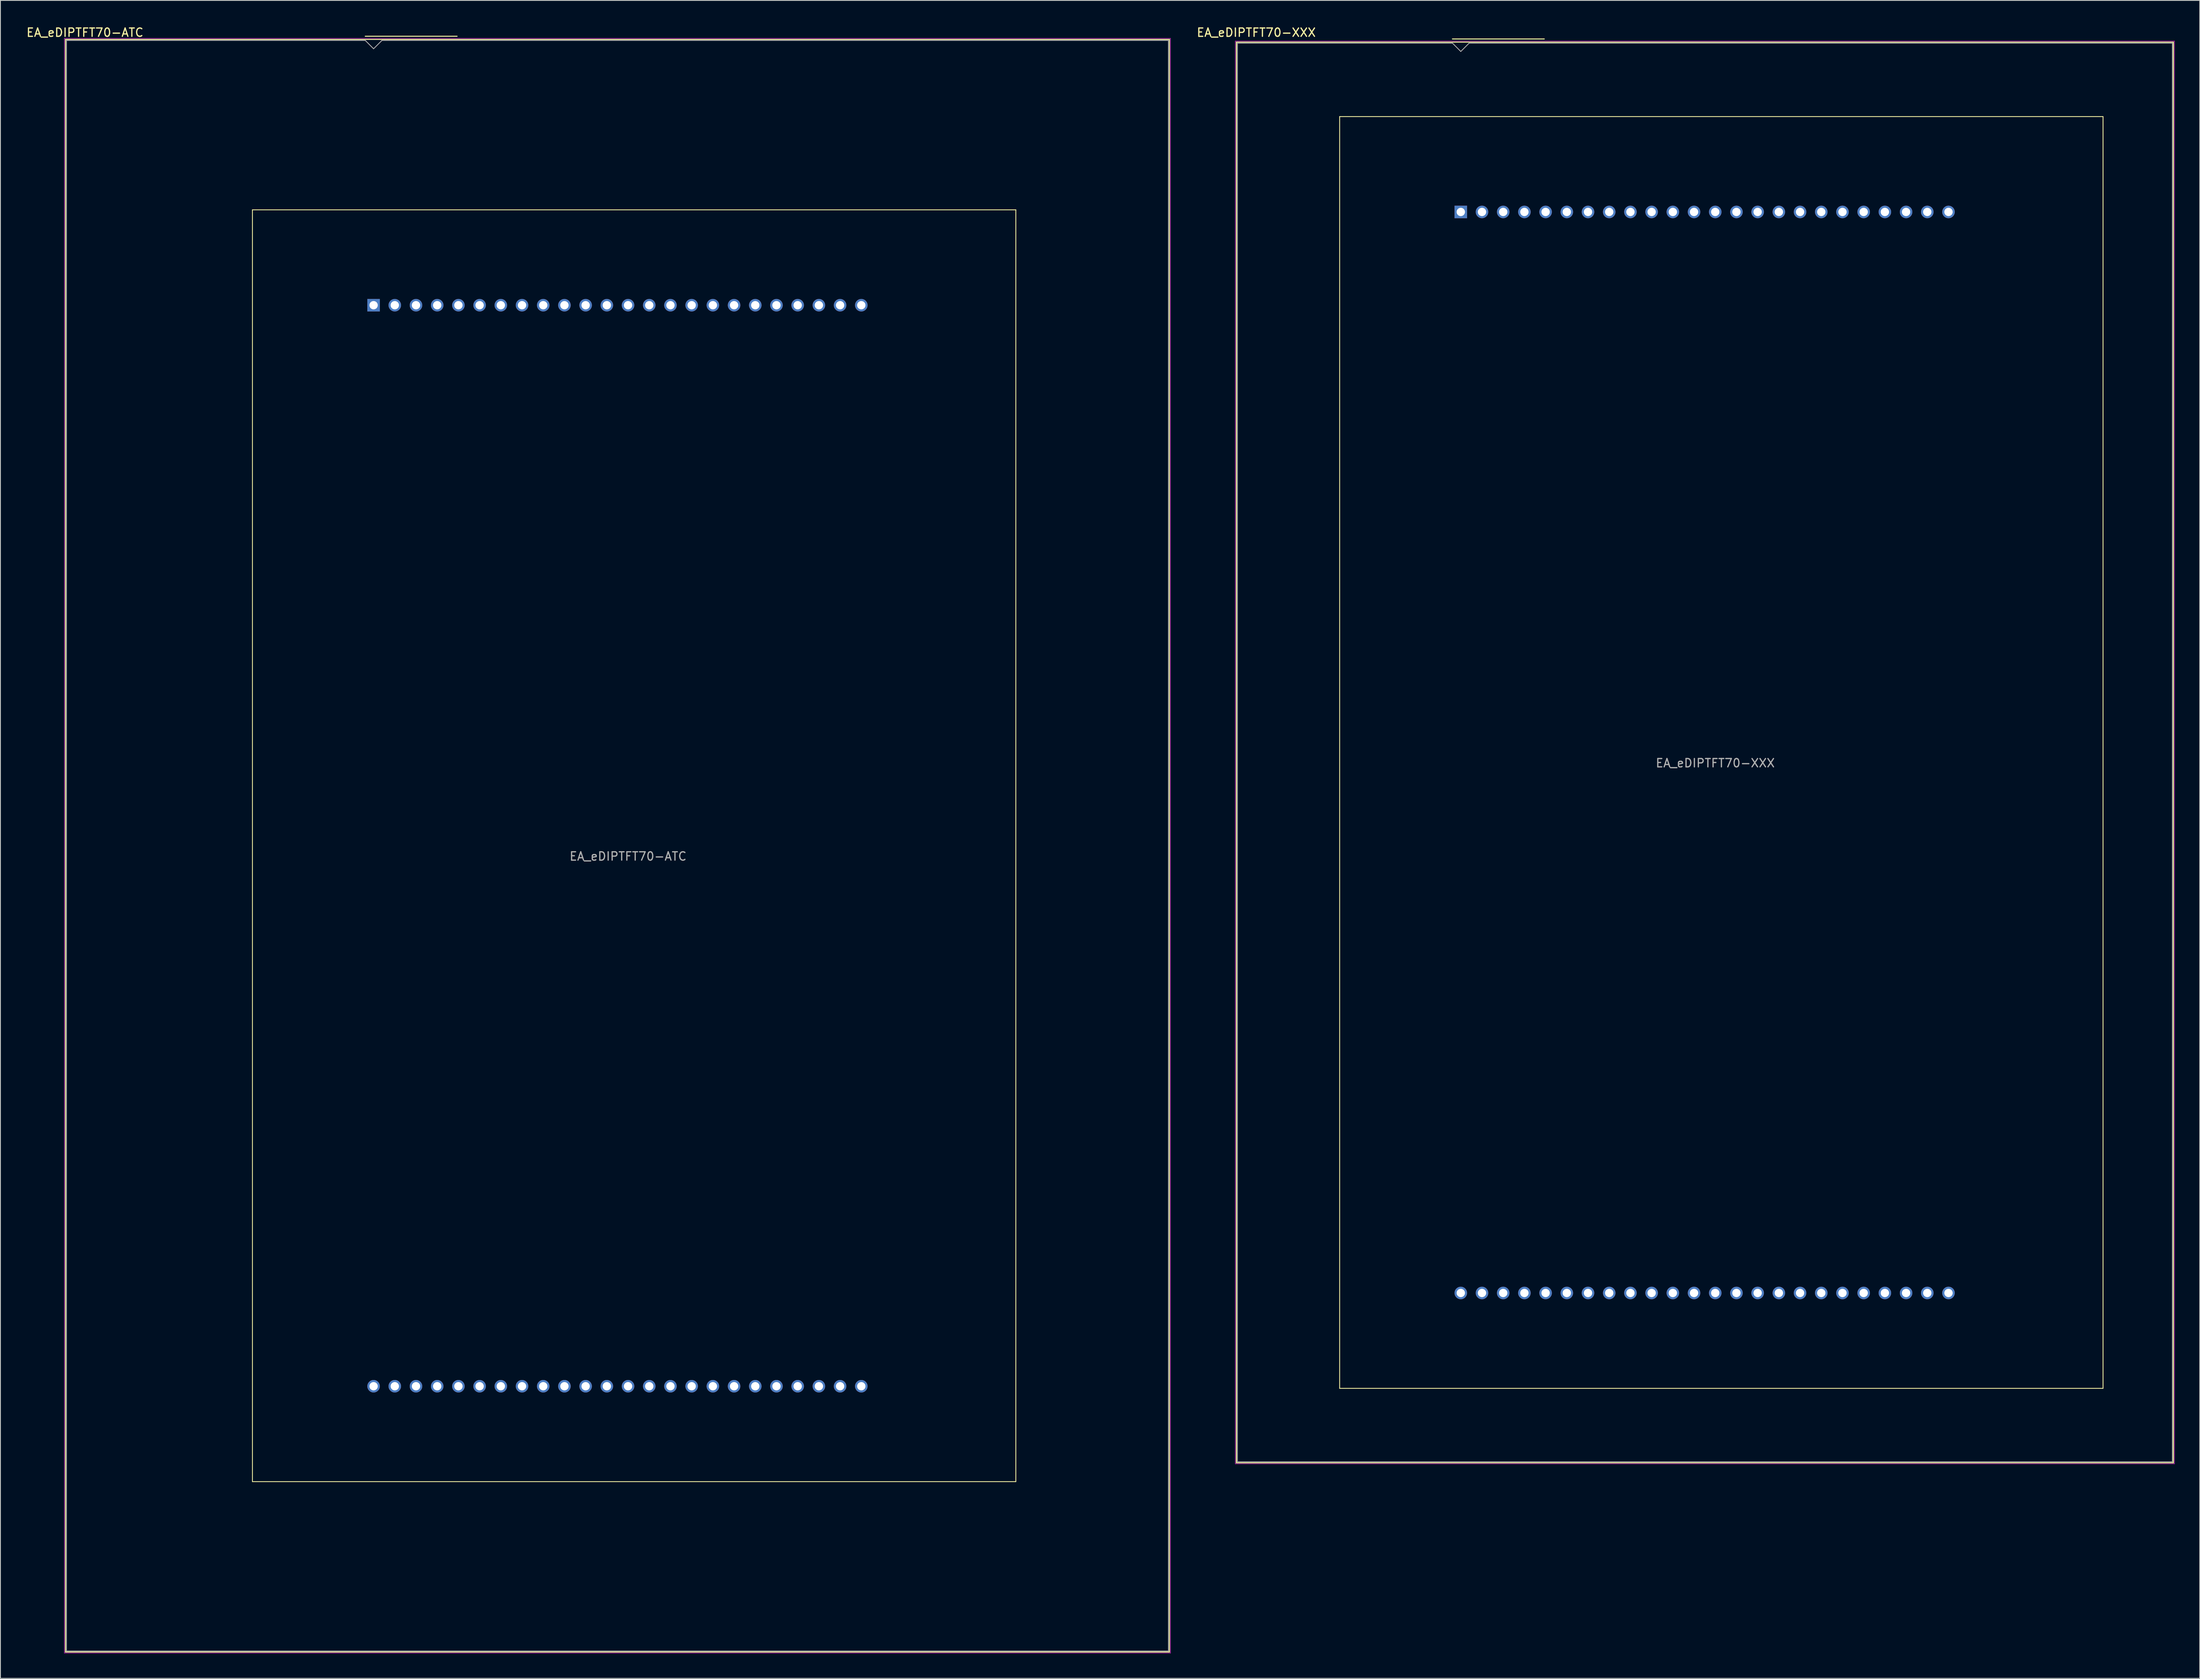
<source format=kicad_pcb>
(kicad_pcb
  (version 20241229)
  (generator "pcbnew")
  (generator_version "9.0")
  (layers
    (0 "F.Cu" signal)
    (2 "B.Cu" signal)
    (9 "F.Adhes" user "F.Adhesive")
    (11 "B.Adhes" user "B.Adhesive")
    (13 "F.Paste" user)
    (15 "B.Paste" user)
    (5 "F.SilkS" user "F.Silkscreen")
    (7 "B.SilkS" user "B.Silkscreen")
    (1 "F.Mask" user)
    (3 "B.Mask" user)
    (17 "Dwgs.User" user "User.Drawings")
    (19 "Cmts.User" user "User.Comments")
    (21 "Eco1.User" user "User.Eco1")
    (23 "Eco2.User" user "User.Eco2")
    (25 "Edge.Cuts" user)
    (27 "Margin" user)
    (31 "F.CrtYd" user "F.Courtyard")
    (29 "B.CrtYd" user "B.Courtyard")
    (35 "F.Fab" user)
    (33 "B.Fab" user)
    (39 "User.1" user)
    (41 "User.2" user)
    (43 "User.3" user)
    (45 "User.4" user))
  (footprint "EA_eDIPTFT70-XXX"
    (layer "F.Cu")
    (at 171.929 22.348)
    (property "Reference" "EA_eDIPTFT70-XXX" (at -24.5 -21.5 0) (layer "F.SilkS") (effects (font (size 1 1) (thickness 0.15))))
    (attr through_hole)
    (fp_line (start -26.88 -20.35) (end 85.36 -20.35) (stroke (width 0.12) (type solid)) (layer "F.SilkS"))
    (fp_line (start -26.88 149.89) (end -26.88 -20.35) (stroke (width 0.12) (type solid)) (layer "F.SilkS"))
    (fp_line (start -14.51 -11.43) (end -14.51 140.97) (stroke (width 0.1) (type solid)) (layer "F.SilkS"))
    (fp_line (start -14.51 140.97) (end 76.93 140.97) (stroke (width 0.1) (type solid)) (layer "F.SilkS"))
    (fp_line (start -1 -20.73) (end 10 -20.73) (stroke (width 0.12) (type solid)) (layer "F.SilkS"))
    (fp_line (start 76.93 -11.43) (end -14.51 -11.43) (stroke (width 0.1) (type solid)) (layer "F.SilkS"))
    (fp_line (start 76.93 140.97) (end 76.93 -11.43) (stroke (width 0.1) (type solid)) (layer "F.SilkS"))
    (fp_line (start 85.36 -20.35) (end 85.36 149.89) (stroke (width 0.12) (type solid)) (layer "F.SilkS"))
    (fp_line (start 85.36 149.89) (end -26.88 149.89) (stroke (width 0.12) (type solid)) (layer "F.SilkS"))
    (fp_line (start -27.01 -20.48) (end 85.49 -20.48) (stroke (width 0.05) (type solid)) (layer "F.CrtYd"))
    (fp_line (start -27.01 150.02) (end -27.01 -20.48) (stroke (width 0.05) (type solid)) (layer "F.CrtYd"))
    (fp_line (start 85.49 -20.48) (end 85.49 150.02) (stroke (width 0.05) (type solid)) (layer "F.CrtYd"))
    (fp_line (start 85.49 150.02) (end -27.01 150.02) (stroke (width 0.05) (type solid)) (layer "F.CrtYd"))
    (fp_line (start -26.76 -20.23) (end -1 -20.23) (stroke (width 0.1) (type solid)) (layer "F.Fab"))
    (fp_line (start -26.76 149.77) (end -26.76 -20.23) (stroke (width 0.1) (type solid)) (layer "F.Fab"))
    (fp_line (start -1 -20.23) (end 0 -19.23) (stroke (width 0.1) (type solid)) (layer "F.Fab"))
    (fp_line (start 0 -19.23) (end 1 -20.23) (stroke (width 0.1) (type solid)) (layer "F.Fab"))
    (fp_line (start 1 -20.23) (end 85.24 -20.23) (stroke (width 0.1) (type solid)) (layer "F.Fab"))
    (fp_line (start 85.24 -20.23) (end 85.24 149.77) (stroke (width 0.1) (type solid)) (layer "F.Fab"))
    (fp_line (start 85.24 149.77) (end -26.76 149.77) (stroke (width 0.1) (type solid)) (layer "F.Fab"))
    (fp_text user "${REFERENCE}" (at 30.48 66.04 0) (layer "F.Fab") (effects (font (size 1 1) (thickness 0.15))))
    (pad "1" thru_hole rect (at 0 0) (size 1.5 1.5) (drill 1) (layers "*.Cu" "*.Mask"))
    (pad "2" thru_hole circle (at 2.54 0) (size 1.5 1.5) (drill 1) (layers "*.Cu" "*.Mask"))
    (pad "3" thru_hole circle (at 5.08 0) (size 1.5 1.5) (drill 1) (layers "*.Cu" "*.Mask"))
    (pad "4" thru_hole circle (at 7.62 0) (size 1.5 1.5) (drill 1) (layers "*.Cu" "*.Mask"))
    (pad "5" thru_hole circle (at 10.16 0) (size 1.5 1.5) (drill 1) (layers "*.Cu" "*.Mask"))
    (pad "6" thru_hole circle (at 12.7 0) (size 1.5 1.5) (drill 1) (layers "*.Cu" "*.Mask"))
    (pad "7" thru_hole circle (at 15.24 0) (size 1.5 1.5) (drill 1) (layers "*.Cu" "*.Mask"))
    (pad "8" thru_hole circle (at 17.78 0) (size 1.5 1.5) (drill 1) (layers "*.Cu" "*.Mask"))
    (pad "9" thru_hole circle (at 20.32 0) (size 1.5 1.5) (drill 1) (layers "*.Cu" "*.Mask"))
    (pad "10" thru_hole circle (at 22.86 0) (size 1.5 1.5) (drill 1) (layers "*.Cu" "*.Mask"))
    (pad "11" thru_hole circle (at 25.4 0) (size 1.5 1.5) (drill 1) (layers "*.Cu" "*.Mask"))
    (pad "12" thru_hole circle (at 27.94 0) (size 1.5 1.5) (drill 1) (layers "*.Cu" "*.Mask"))
    (pad "13" thru_hole circle (at 30.48 0) (size 1.5 1.5) (drill 1) (layers "*.Cu" "*.Mask"))
    (pad "14" thru_hole circle (at 33.02 0) (size 1.5 1.5) (drill 1) (layers "*.Cu" "*.Mask"))
    (pad "15" thru_hole circle (at 35.56 0) (size 1.5 1.5) (drill 1) (layers "*.Cu" "*.Mask"))
    (pad "16" thru_hole circle (at 38.1 0) (size 1.5 1.5) (drill 1) (layers "*.Cu" "*.Mask"))
    (pad "17" thru_hole circle (at 40.64 0) (size 1.5 1.5) (drill 1) (layers "*.Cu" "*.Mask"))
    (pad "18" thru_hole circle (at 43.18 0) (size 1.5 1.5) (drill 1) (layers "*.Cu" "*.Mask"))
    (pad "19" thru_hole circle (at 45.72 0) (size 1.5 1.5) (drill 1) (layers "*.Cu" "*.Mask"))
    (pad "20" thru_hole circle (at 48.26 0) (size 1.5 1.5) (drill 1) (layers "*.Cu" "*.Mask"))
    (pad "21" thru_hole circle (at 50.8 0) (size 1.5 1.5) (drill 1) (layers "*.Cu" "*.Mask"))
    (pad "22" thru_hole circle (at 53.34 0) (size 1.5 1.5) (drill 1) (layers "*.Cu" "*.Mask"))
    (pad "23" thru_hole circle (at 55.88 0) (size 1.5 1.5) (drill 1) (layers "*.Cu" "*.Mask"))
    (pad "24" thru_hole circle (at 58.42 0) (size 1.5 1.5) (drill 1) (layers "*.Cu" "*.Mask"))
    (pad "25" thru_hole circle (at 58.42 129.54) (size 1.5 1.5) (drill 1) (layers "*.Cu" "*.Mask"))
    (pad "26" thru_hole circle (at 55.88 129.54) (size 1.5 1.5) (drill 1) (layers "*.Cu" "*.Mask"))
    (pad "27" thru_hole circle (at 53.34 129.54) (size 1.5 1.5) (drill 1) (layers "*.Cu" "*.Mask"))
    (pad "28" thru_hole circle (at 50.8 129.54) (size 1.5 1.5) (drill 1) (layers "*.Cu" "*.Mask"))
    (pad "29" thru_hole circle (at 48.26 129.54) (size 1.5 1.5) (drill 1) (layers "*.Cu" "*.Mask"))
    (pad "30" thru_hole circle (at 45.72 129.54) (size 1.5 1.5) (drill 1) (layers "*.Cu" "*.Mask"))
    (pad "31" thru_hole circle (at 43.18 129.54) (size 1.5 1.5) (drill 1) (layers "*.Cu" "*.Mask"))
    (pad "32" thru_hole circle (at 40.64 129.54) (size 1.5 1.5) (drill 1) (layers "*.Cu" "*.Mask"))
    (pad "33" thru_hole circle (at 38.1 129.54) (size 1.5 1.5) (drill 1) (layers "*.Cu" "*.Mask"))
    (pad "34" thru_hole circle (at 35.56 129.54) (size 1.5 1.5) (drill 1) (layers "*.Cu" "*.Mask"))
    (pad "35" thru_hole circle (at 33.02 129.54) (size 1.5 1.5) (drill 1) (layers "*.Cu" "*.Mask"))
    (pad "36" thru_hole circle (at 30.48 129.54) (size 1.5 1.5) (drill 1) (layers "*.Cu" "*.Mask"))
    (pad "37" thru_hole circle (at 27.94 129.54) (size 1.5 1.5) (drill 1) (layers "*.Cu" "*.Mask"))
    (pad "38" thru_hole circle (at 25.4 129.54) (size 1.5 1.5) (drill 1) (layers "*.Cu" "*.Mask"))
    (pad "39" thru_hole circle (at 22.86 129.54) (size 1.5 1.5) (drill 1) (layers "*.Cu" "*.Mask"))
    (pad "40" thru_hole circle (at 20.32 129.54) (size 1.5 1.5) (drill 1) (layers "*.Cu" "*.Mask"))
    (pad "41" thru_hole circle (at 17.78 129.54) (size 1.5 1.5) (drill 1) (layers "*.Cu" "*.Mask"))
    (pad "42" thru_hole circle (at 15.24 129.54) (size 1.5 1.5) (drill 1) (layers "*.Cu" "*.Mask"))
    (pad "43" thru_hole circle (at 12.7 129.54) (size 1.5 1.5) (drill 1) (layers "*.Cu" "*.Mask"))
    (pad "44" thru_hole circle (at 10.16 129.54) (size 1.5 1.5) (drill 1) (layers "*.Cu" "*.Mask"))
    (pad "45" thru_hole circle (at 7.62 129.54) (size 1.5 1.5) (drill 1) (layers "*.Cu" "*.Mask"))
    (pad "46" thru_hole circle (at 5.08 129.54) (size 1.5 1.5) (drill 1) (layers "*.Cu" "*.Mask"))
    (pad "47" thru_hole circle (at 2.54 129.54) (size 1.5 1.5) (drill 1) (layers "*.Cu" "*.Mask"))
    (pad "48" thru_hole circle (at 0 129.54) (size 1.5 1.5) (drill 1) (layers "*.Cu" "*.Mask")))
  (footprint "EA_eDIPTFT70-ATC"
    (layer "F.Cu")
    (at 41.7 33.523)
    (property "Reference" "EA_eDIPTFT70-ATC" (at -34.575 -32.675 0) (layer "F.SilkS") (effects (font (size 1 1) (thickness 0.15))))
    (attr through_hole)
    (fp_line (start -36.91 -31.85) (end 95.33 -31.85) (stroke (width 0.12) (type solid)) (layer "F.SilkS"))
    (fp_line (start -36.91 161.39) (end -36.91 -31.85) (stroke (width 0.12) (type solid)) (layer "F.SilkS"))
    (fp_line (start -14.51 -11.43) (end -14.51 140.97) (stroke (width 0.1) (type solid)) (layer "F.SilkS"))
    (fp_line (start -14.51 140.97) (end 76.93 140.97) (stroke (width 0.1) (type solid)) (layer "F.SilkS"))
    (fp_line (start -1 -32.23) (end 10 -32.23) (stroke (width 0.12) (type solid)) (layer "F.SilkS"))
    (fp_line (start 76.93 -11.43) (end -14.51 -11.43) (stroke (width 0.1) (type solid)) (layer "F.SilkS"))
    (fp_line (start 76.93 140.97) (end 76.93 -11.43) (stroke (width 0.1) (type solid)) (layer "F.SilkS"))
    (fp_line (start 95.33 -31.85) (end 95.33 161.39) (stroke (width 0.12) (type solid)) (layer "F.SilkS"))
    (fp_line (start 95.33 161.39) (end -36.91 161.39) (stroke (width 0.12) (type solid)) (layer "F.SilkS"))
    (fp_line (start -37.04 -31.98) (end 95.46 -31.98) (stroke (width 0.05) (type solid)) (layer "F.CrtYd"))
    (fp_line (start -37.04 161.52) (end -37.04 -31.98) (stroke (width 0.05) (type solid)) (layer "F.CrtYd"))
    (fp_line (start 95.46 -31.98) (end 95.46 161.52) (stroke (width 0.05) (type solid)) (layer "F.CrtYd"))
    (fp_line (start 95.46 161.52) (end -37.04 161.52) (stroke (width 0.05) (type solid)) (layer "F.CrtYd"))
    (fp_line (start -36.79 -31.73) (end -1 -31.73) (stroke (width 0.1) (type solid)) (layer "F.Fab"))
    (fp_line (start -36.79 161.27) (end -36.79 -31.73) (stroke (width 0.1) (type solid)) (layer "F.Fab"))
    (fp_line (start -1 -31.73) (end 0 -30.73) (stroke (width 0.1) (type solid)) (layer "F.Fab"))
    (fp_line (start 0 -30.73) (end 1 -31.73) (stroke (width 0.1) (type solid)) (layer "F.Fab"))
    (fp_line (start 1 -31.73) (end 95.21 -31.73) (stroke (width 0.1) (type solid)) (layer "F.Fab"))
    (fp_line (start 95.21 -31.73) (end 95.21 161.27) (stroke (width 0.1) (type solid)) (layer "F.Fab"))
    (fp_line (start 95.21 161.27) (end -36.79 161.27) (stroke (width 0.1) (type solid)) (layer "F.Fab"))
    (fp_text user "${REFERENCE}" (at 30.48 66.04 0) (layer "F.Fab") (effects (font (size 1 1) (thickness 0.15))))
    (pad "1" thru_hole rect (at 0 0) (size 1.5 1.5) (drill 1) (layers "*.Cu" "*.Mask"))
    (pad "2" thru_hole circle (at 2.54 0) (size 1.5 1.5) (drill 1) (layers "*.Cu" "*.Mask"))
    (pad "3" thru_hole circle (at 5.08 0) (size 1.5 1.5) (drill 1) (layers "*.Cu" "*.Mask"))
    (pad "4" thru_hole circle (at 7.62 0) (size 1.5 1.5) (drill 1) (layers "*.Cu" "*.Mask"))
    (pad "5" thru_hole circle (at 10.16 0) (size 1.5 1.5) (drill 1) (layers "*.Cu" "*.Mask"))
    (pad "6" thru_hole circle (at 12.7 0) (size 1.5 1.5) (drill 1) (layers "*.Cu" "*.Mask"))
    (pad "7" thru_hole circle (at 15.24 0) (size 1.5 1.5) (drill 1) (layers "*.Cu" "*.Mask"))
    (pad "8" thru_hole circle (at 17.78 0) (size 1.5 1.5) (drill 1) (layers "*.Cu" "*.Mask"))
    (pad "9" thru_hole circle (at 20.32 0) (size 1.5 1.5) (drill 1) (layers "*.Cu" "*.Mask"))
    (pad "10" thru_hole circle (at 22.86 0) (size 1.5 1.5) (drill 1) (layers "*.Cu" "*.Mask"))
    (pad "11" thru_hole circle (at 25.4 0) (size 1.5 1.5) (drill 1) (layers "*.Cu" "*.Mask"))
    (pad "12" thru_hole circle (at 27.94 0) (size 1.5 1.5) (drill 1) (layers "*.Cu" "*.Mask"))
    (pad "13" thru_hole circle (at 30.48 0) (size 1.5 1.5) (drill 1) (layers "*.Cu" "*.Mask"))
    (pad "14" thru_hole circle (at 33.02 0) (size 1.5 1.5) (drill 1) (layers "*.Cu" "*.Mask"))
    (pad "15" thru_hole circle (at 35.56 0) (size 1.5 1.5) (drill 1) (layers "*.Cu" "*.Mask"))
    (pad "16" thru_hole circle (at 38.1 0) (size 1.5 1.5) (drill 1) (layers "*.Cu" "*.Mask"))
    (pad "17" thru_hole circle (at 40.64 0) (size 1.5 1.5) (drill 1) (layers "*.Cu" "*.Mask"))
    (pad "18" thru_hole circle (at 43.18 0) (size 1.5 1.5) (drill 1) (layers "*.Cu" "*.Mask"))
    (pad "19" thru_hole circle (at 45.72 0) (size 1.5 1.5) (drill 1) (layers "*.Cu" "*.Mask"))
    (pad "20" thru_hole circle (at 48.26 0) (size 1.5 1.5) (drill 1) (layers "*.Cu" "*.Mask"))
    (pad "21" thru_hole circle (at 50.8 0) (size 1.5 1.5) (drill 1) (layers "*.Cu" "*.Mask"))
    (pad "22" thru_hole circle (at 53.34 0) (size 1.5 1.5) (drill 1) (layers "*.Cu" "*.Mask"))
    (pad "23" thru_hole circle (at 55.88 0) (size 1.5 1.5) (drill 1) (layers "*.Cu" "*.Mask"))
    (pad "24" thru_hole circle (at 58.42 0) (size 1.5 1.5) (drill 1) (layers "*.Cu" "*.Mask"))
    (pad "25" thru_hole circle (at 58.42 129.54) (size 1.5 1.5) (drill 1) (layers "*.Cu" "*.Mask"))
    (pad "26" thru_hole circle (at 55.88 129.54) (size 1.5 1.5) (drill 1) (layers "*.Cu" "*.Mask"))
    (pad "27" thru_hole circle (at 53.34 129.54) (size 1.5 1.5) (drill 1) (layers "*.Cu" "*.Mask"))
    (pad "28" thru_hole circle (at 50.8 129.54) (size 1.5 1.5) (drill 1) (layers "*.Cu" "*.Mask"))
    (pad "29" thru_hole circle (at 48.26 129.54) (size 1.5 1.5) (drill 1) (layers "*.Cu" "*.Mask"))
    (pad "30" thru_hole circle (at 45.72 129.54) (size 1.5 1.5) (drill 1) (layers "*.Cu" "*.Mask"))
    (pad "31" thru_hole circle (at 43.18 129.54) (size 1.5 1.5) (drill 1) (layers "*.Cu" "*.Mask"))
    (pad "32" thru_hole circle (at 40.64 129.54) (size 1.5 1.5) (drill 1) (layers "*.Cu" "*.Mask"))
    (pad "33" thru_hole circle (at 38.1 129.54) (size 1.5 1.5) (drill 1) (layers "*.Cu" "*.Mask"))
    (pad "34" thru_hole circle (at 35.56 129.54) (size 1.5 1.5) (drill 1) (layers "*.Cu" "*.Mask"))
    (pad "35" thru_hole circle (at 33.02 129.54) (size 1.5 1.5) (drill 1) (layers "*.Cu" "*.Mask"))
    (pad "36" thru_hole circle (at 30.48 129.54) (size 1.5 1.5) (drill 1) (layers "*.Cu" "*.Mask"))
    (pad "37" thru_hole circle (at 27.94 129.54) (size 1.5 1.5) (drill 1) (layers "*.Cu" "*.Mask"))
    (pad "38" thru_hole circle (at 25.4 129.54) (size 1.5 1.5) (drill 1) (layers "*.Cu" "*.Mask"))
    (pad "39" thru_hole circle (at 22.86 129.54) (size 1.5 1.5) (drill 1) (layers "*.Cu" "*.Mask"))
    (pad "40" thru_hole circle (at 20.32 129.54) (size 1.5 1.5) (drill 1) (layers "*.Cu" "*.Mask"))
    (pad "41" thru_hole circle (at 17.78 129.54) (size 1.5 1.5) (drill 1) (layers "*.Cu" "*.Mask"))
    (pad "42" thru_hole circle (at 15.24 129.54) (size 1.5 1.5) (drill 1) (layers "*.Cu" "*.Mask"))
    (pad "43" thru_hole circle (at 12.7 129.54) (size 1.5 1.5) (drill 1) (layers "*.Cu" "*.Mask"))
    (pad "44" thru_hole circle (at 10.16 129.54) (size 1.5 1.5) (drill 1) (layers "*.Cu" "*.Mask"))
    (pad "45" thru_hole circle (at 7.62 129.54) (size 1.5 1.5) (drill 1) (layers "*.Cu" "*.Mask"))
    (pad "46" thru_hole circle (at 5.08 129.54) (size 1.5 1.5) (drill 1) (layers "*.Cu" "*.Mask"))
    (pad "47" thru_hole circle (at 2.54 129.54) (size 1.5 1.5) (drill 1) (layers "*.Cu" "*.Mask"))
    (pad "48" thru_hole circle (at 0 129.54) (size 1.5 1.5) (drill 1) (layers "*.Cu" "*.Mask")))
  (gr_rect
    (start -3 -3)
    (end 260.444 198.068)
    (stroke (width 0.1) (type default))
    (fill no)
    (layer "Edge.Cuts")))
</source>
